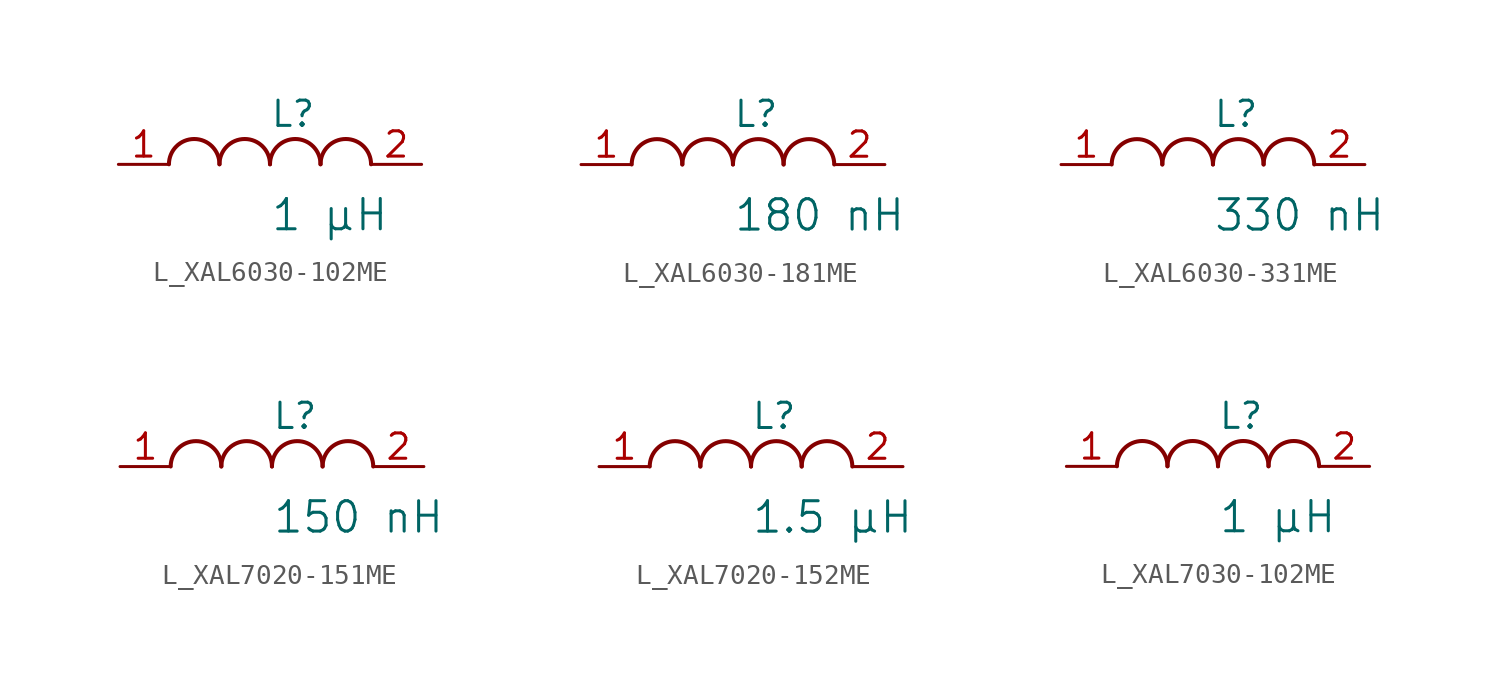
<source format=kicad_sym>
(kicad_symbol_lib
  (version 20231120)
  (generator "kicad_symbol_editor")
  (generator_version "8.0")
  (symbol "L_XAL6030-102ME"
    (pin_names
      (offset 0.254))
    (property "Reference" "L"
      (at 0 2.54 0)
      (effects (font (size 1.27 1.27)) (justify left)))
    (property "Value" "1 µH"
      (at 0 -2.54 0)
      (effects (font (size 1.524 1.524)) (justify left)))
    (symbol "L_XAL6030-102ME_1_1"
      (arc (start -2.54 0.0056) (mid -3.81 1.27) (end -5.08 0.0056) (stroke (width 0.2032) (type default)) (fill (type none)))
      (arc (start 0 0.0056) (mid -1.27 1.27) (end -2.54 0.0056) (stroke (width 0.2032) (type default)) (fill (type none)))
      (arc (start 2.54 0.0056) (mid 1.27 1.27) (end 0 0.0056) (stroke (width 0.2032) (type default)) (fill (type none)))
      (arc (start 5.08 0.0056) (mid 3.81 1.27) (end 2.54 0.0056) (stroke (width 0.2032) (type default)) (fill (type none)))
      (pin unspecified line (at -7.62 0 0) (length 2.54) (name "" (effects (font (size 1.27 1.27)))) (number "1" (effects (font (size 1.27 1.27)))))
      (pin unspecified line (at 7.62 0 180) (length 2.54) (name "" (effects (font (size 1.27 1.27)))) (number "2" (effects (font (size 1.27 1.27)))))))
  (symbol "L_XAL6030-181ME"
    (pin_names
      (offset 0.254))
    (property "Reference" "L"
      (at 0 2.54 0)
      (effects (font (size 1.27 1.27)) (justify left)))
    (property "Value" "180 nH"
      (at 0 -2.54 0)
      (effects (font (size 1.524 1.524)) (justify left)))
    (symbol "L_XAL6030-181ME_1_1"
      (arc (start -2.54 0.0056) (mid -3.81 1.27) (end -5.08 0.0056) (stroke (width 0.2032) (type default)) (fill (type none)))
      (arc (start 0 0.0056) (mid -1.27 1.27) (end -2.54 0.0056) (stroke (width 0.2032) (type default)) (fill (type none)))
      (arc (start 2.54 0.0056) (mid 1.27 1.27) (end 0 0.0056) (stroke (width 0.2032) (type default)) (fill (type none)))
      (arc (start 5.08 0.0056) (mid 3.81 1.27) (end 2.54 0.0056) (stroke (width 0.2032) (type default)) (fill (type none)))
      (pin unspecified line (at -7.62 0 0) (length 2.54) (name "" (effects (font (size 1.27 1.27)))) (number "1" (effects (font (size 1.27 1.27)))))
      (pin unspecified line (at 7.62 0 180) (length 2.54) (name "" (effects (font (size 1.27 1.27)))) (number "2" (effects (font (size 1.27 1.27)))))))
  (symbol "L_XAL6030-331ME"
    (pin_names
      (offset 0.254))
    (property "Reference" "L"
      (at 0 2.54 0)
      (effects (font (size 1.27 1.27)) (justify left)))
    (property "Value" "330 nH"
      (at 0 -2.54 0)
      (effects (font (size 1.524 1.524)) (justify left)))
    (symbol "L_XAL6030-331ME_1_1"
      (arc (start -2.54 0.0056) (mid -3.81 1.27) (end -5.08 0.0056) (stroke (width 0.2032) (type default)) (fill (type none)))
      (arc (start 0 0.0056) (mid -1.27 1.27) (end -2.54 0.0056) (stroke (width 0.2032) (type default)) (fill (type none)))
      (arc (start 2.54 0.0056) (mid 1.27 1.27) (end 0 0.0056) (stroke (width 0.2032) (type default)) (fill (type none)))
      (arc (start 5.08 0.0056) (mid 3.81 1.27) (end 2.54 0.0056) (stroke (width 0.2032) (type default)) (fill (type none)))
      (pin unspecified line (at -7.62 0 0) (length 2.54) (name "" (effects (font (size 1.27 1.27)))) (number "1" (effects (font (size 1.27 1.27)))))
      (pin unspecified line (at 7.62 0 180) (length 2.54) (name "" (effects (font (size 1.27 1.27)))) (number "2" (effects (font (size 1.27 1.27)))))))
  (symbol "L_XAL7020-151ME"
    (pin_names
      (offset 0.254))
    (property "Reference" "L"
      (at 0 2.54 0)
      (effects (font (size 1.27 1.27)) (justify left)))
    (property "Value" "150 nH"
      (at 0 -2.54 0)
      (effects (font (size 1.524 1.524)) (justify left)))
    (symbol "L_XAL7020-151ME_1_1"
      (arc (start -2.54 0.0056) (mid -3.81 1.27) (end -5.08 0.0056) (stroke (width 0.2032) (type default)) (fill (type none)))
      (arc (start 0 0.0056) (mid -1.27 1.27) (end -2.54 0.0056) (stroke (width 0.2032) (type default)) (fill (type none)))
      (arc (start 2.54 0.0056) (mid 1.27 1.27) (end 0 0.0056) (stroke (width 0.2032) (type default)) (fill (type none)))
      (arc (start 5.08 0.0056) (mid 3.81 1.27) (end 2.54 0.0056) (stroke (width 0.2032) (type default)) (fill (type none)))
      (pin unspecified line (at -7.62 0 0) (length 2.54) (name "" (effects (font (size 1.27 1.27)))) (number "1" (effects (font (size 1.27 1.27)))))
      (pin unspecified line (at 7.62 0 180) (length 2.54) (name "" (effects (font (size 1.27 1.27)))) (number "2" (effects (font (size 1.27 1.27)))))))
  (symbol "L_XAL7020-152ME"
    (pin_names
      (offset 0.254))
    (property "Reference" "L"
      (at 0 2.54 0)
      (effects (font (size 1.27 1.27)) (justify left)))
    (property "Value" "1.5 µH"
      (at 0 -2.54 0)
      (effects (font (size 1.524 1.524)) (justify left)))
    (symbol "L_XAL7020-152ME_1_1"
      (arc (start -2.54 0.0056) (mid -3.81 1.27) (end -5.08 0.0056) (stroke (width 0.2032) (type default)) (fill (type none)))
      (arc (start 0 0.0056) (mid -1.27 1.27) (end -2.54 0.0056) (stroke (width 0.2032) (type default)) (fill (type none)))
      (arc (start 2.54 0.0056) (mid 1.27 1.27) (end 0 0.0056) (stroke (width 0.2032) (type default)) (fill (type none)))
      (arc (start 5.08 0.0056) (mid 3.81 1.27) (end 2.54 0.0056) (stroke (width 0.2032) (type default)) (fill (type none)))
      (pin unspecified line (at -7.62 0 0) (length 2.54) (name "" (effects (font (size 1.27 1.27)))) (number "1" (effects (font (size 1.27 1.27)))))
      (pin unspecified line (at 7.62 0 180) (length 2.54) (name "" (effects (font (size 1.27 1.27)))) (number "2" (effects (font (size 1.27 1.27)))))))
  (symbol "L_XAL7030-102ME"
    (pin_names
      (offset 0.254))
    (property "Reference" "L"
      (at 0 2.54 0)
      (effects (font (size 1.27 1.27)) (justify left)))
    (property "Value" "1 µH"
      (at 0 -2.54 0)
      (effects (font (size 1.524 1.524)) (justify left)))
    (symbol "L_XAL7030-102ME_1_1"
      (arc (start -2.54 0.0056) (mid -3.81 1.27) (end -5.08 0.0056) (stroke (width 0.2032) (type default)) (fill (type none)))
      (arc (start 0 0.0056) (mid -1.27 1.27) (end -2.54 0.0056) (stroke (width 0.2032) (type default)) (fill (type none)))
      (arc (start 2.54 0.0056) (mid 1.27 1.27) (end 0 0.0056) (stroke (width 0.2032) (type default)) (fill (type none)))
      (arc (start 5.08 0.0056) (mid 3.81 1.27) (end 2.54 0.0056) (stroke (width 0.2032) (type default)) (fill (type none)))
      (pin unspecified line (at -7.62 0 0) (length 2.54) (name "" (effects (font (size 1.27 1.27)))) (number "1" (effects (font (size 1.27 1.27)))))
      (pin unspecified line (at 7.62 0 180) (length 2.54) (name "" (effects (font (size 1.27 1.27)))) (number "2" (effects (font (size 1.27 1.27))))))))
</source>
